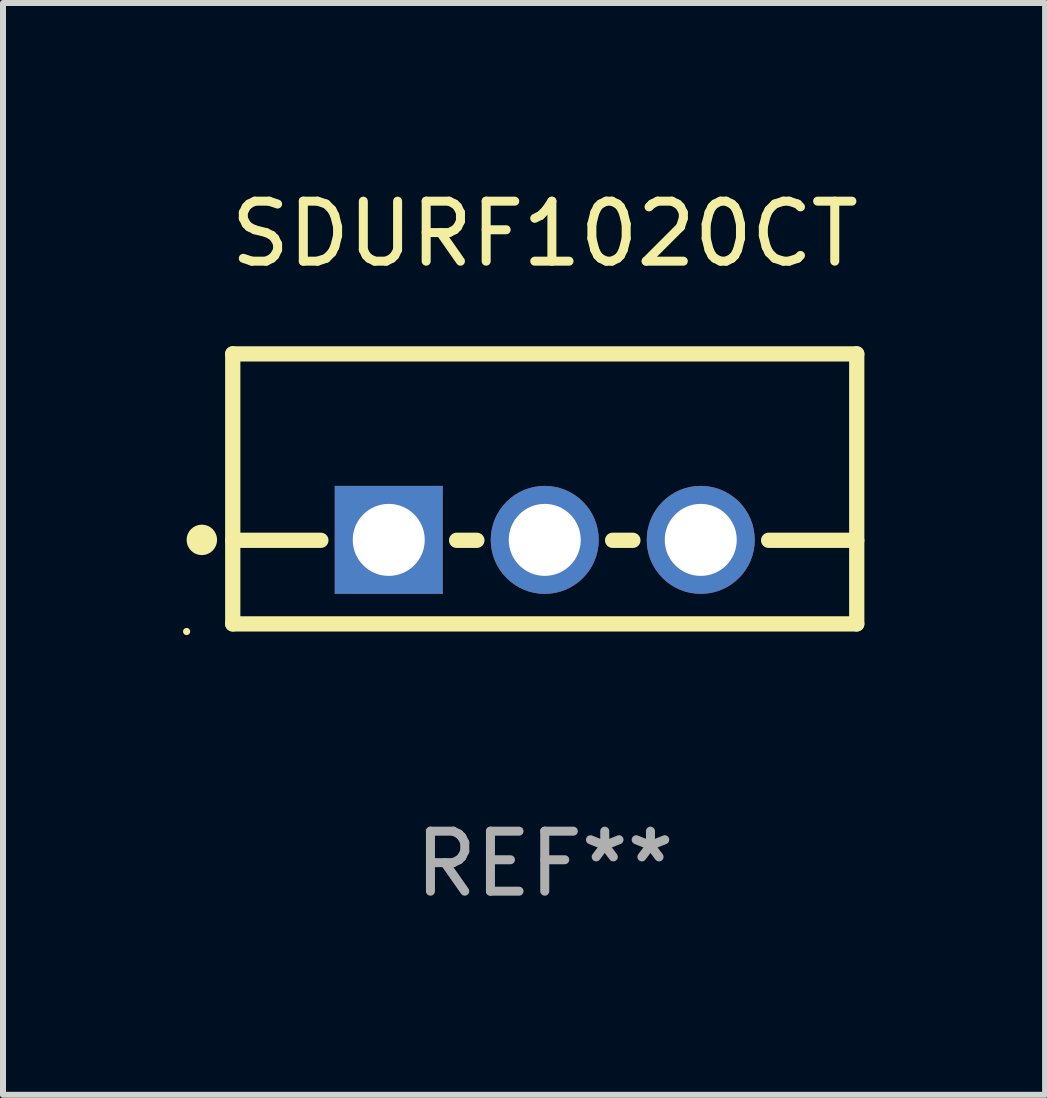
<source format=kicad_pcb>
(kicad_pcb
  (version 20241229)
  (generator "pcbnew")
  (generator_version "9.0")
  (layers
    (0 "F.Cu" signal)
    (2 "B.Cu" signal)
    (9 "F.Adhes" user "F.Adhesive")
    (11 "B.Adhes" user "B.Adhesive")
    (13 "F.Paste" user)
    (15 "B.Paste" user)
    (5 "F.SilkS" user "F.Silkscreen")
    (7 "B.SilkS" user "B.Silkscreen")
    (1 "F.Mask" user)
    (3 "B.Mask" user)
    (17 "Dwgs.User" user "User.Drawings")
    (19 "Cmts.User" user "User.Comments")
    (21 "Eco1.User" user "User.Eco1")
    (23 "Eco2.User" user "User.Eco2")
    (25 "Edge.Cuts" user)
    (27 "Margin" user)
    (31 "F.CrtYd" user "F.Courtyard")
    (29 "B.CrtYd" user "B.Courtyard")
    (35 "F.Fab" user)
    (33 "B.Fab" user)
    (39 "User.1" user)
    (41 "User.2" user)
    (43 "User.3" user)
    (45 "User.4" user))
  (footprint "SDURF1020CT"
    (layer "F.Cu")
    (at 6.029 5.098)
    (property "Reference" "SDURF1020CT" (at 0 -4.25 0) (layer "F.SilkS") (effects (font (size 1 1) (thickness 0.15))))
    (attr through_hole)
    (fp_line (start -5.2 -2.25) (end -5.2 2.25) (stroke (width 0.254) (type solid)) (layer "F.SilkS"))
    (fp_line (start -5.2 -2.25) (end 5.2 -2.25) (stroke (width 0.254) (type solid)) (layer "F.SilkS"))
    (fp_line (start -5.2 0.857) (end -3.731 0.857) (stroke (width 0.254) (type solid)) (layer "F.SilkS"))
    (fp_line (start -5.2 2.25) (end 5.2 2.25) (stroke (width 0.254) (type solid)) (layer "F.SilkS"))
    (fp_line (start -1.469 0.857) (end -1.131 0.857) (stroke (width 0.254) (type solid)) (layer "F.SilkS"))
    (fp_line (start 1.131 0.857) (end 1.469 0.857) (stroke (width 0.254) (type solid)) (layer "F.SilkS"))
    (fp_line (start 3.731 0.857) (end 5.2 0.857) (stroke (width 0.254) (type solid)) (layer "F.SilkS"))
    (fp_line (start 5.2 -2.25) (end 5.2 2.25) (stroke (width 0.254) (type solid)) (layer "F.SilkS"))
    (fp_circle (center -5.969 2.377) (end -5.939 2.377) (stroke (width 0.06) (type solid)) (fill no) (layer "F.SilkS"))
    (fp_circle (center -5.715 0.85) (end -5.588 0.85) (stroke (width 0.254) (type solid)) (fill no) (layer "F.SilkS"))
    (fp_text user "REF**" (at 0 6.25 0) (layer "F.Fab") (effects (font (size 1 1) (thickness 0.15))))
    (pad "1" thru_hole rect (at -2.6 0.85) (size 1.8 1.8) (drill 1.2) (layers "*.Cu" "*.Mask"))
    (pad "2" thru_hole circle (at 0 0.85) (size 1.8 1.8) (drill 1.2) (layers "*.Cu" "*.Mask"))
    (pad "3" thru_hole circle (at 2.6 0.85) (size 1.8 1.8) (drill 1.2) (layers "*.Cu" "*.Mask")))
  (gr_rect
    (start -3 -3)
    (end 14.368 15.197)
    (stroke (width 0.1) (type default))
    (fill no)
    (layer "Edge.Cuts")))
</source>
